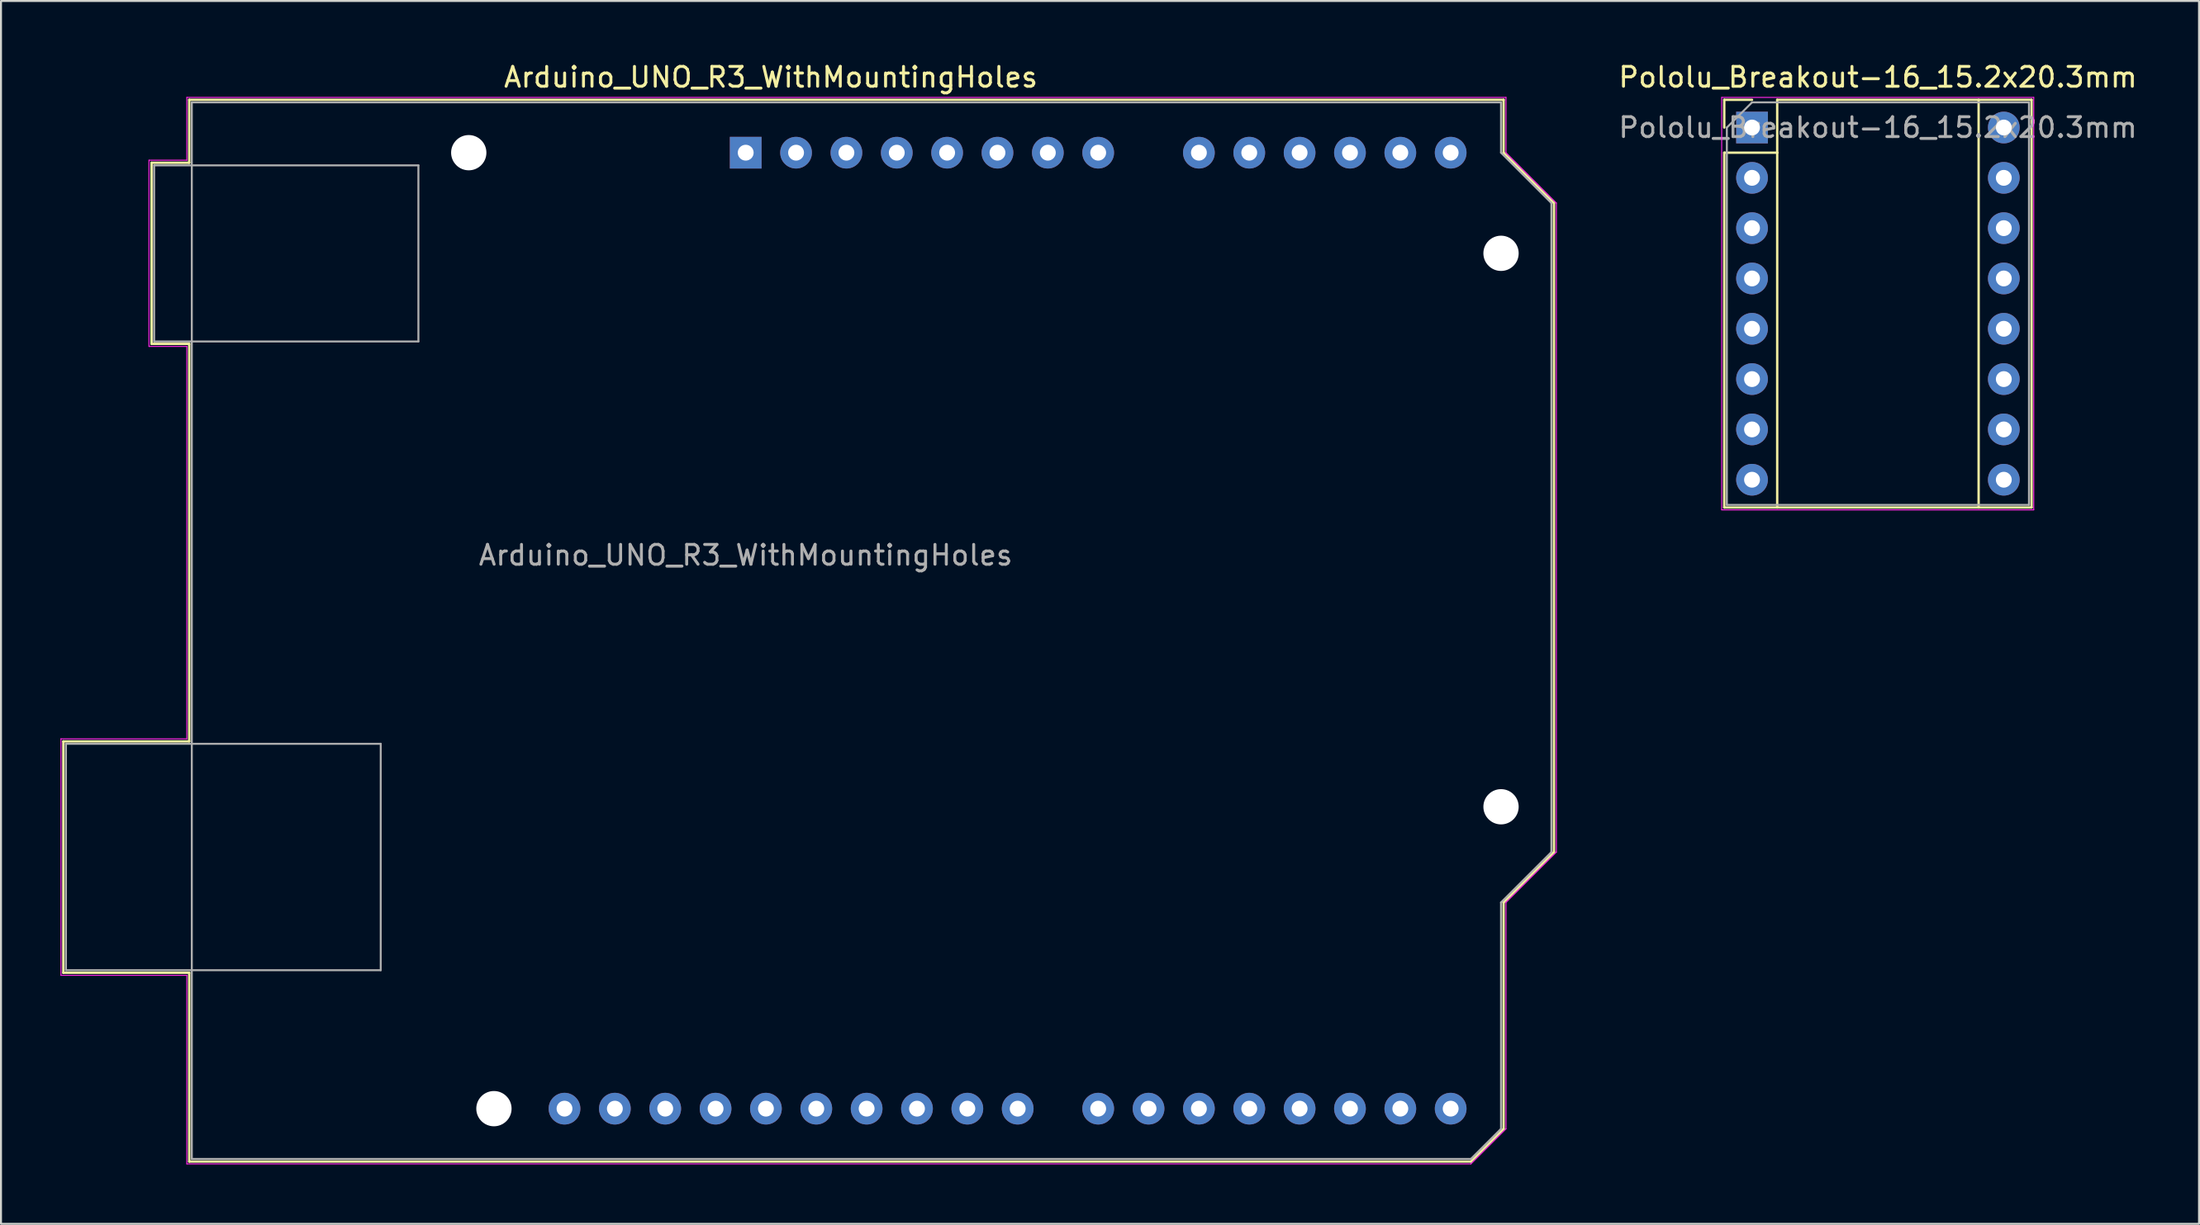
<source format=kicad_pcb>
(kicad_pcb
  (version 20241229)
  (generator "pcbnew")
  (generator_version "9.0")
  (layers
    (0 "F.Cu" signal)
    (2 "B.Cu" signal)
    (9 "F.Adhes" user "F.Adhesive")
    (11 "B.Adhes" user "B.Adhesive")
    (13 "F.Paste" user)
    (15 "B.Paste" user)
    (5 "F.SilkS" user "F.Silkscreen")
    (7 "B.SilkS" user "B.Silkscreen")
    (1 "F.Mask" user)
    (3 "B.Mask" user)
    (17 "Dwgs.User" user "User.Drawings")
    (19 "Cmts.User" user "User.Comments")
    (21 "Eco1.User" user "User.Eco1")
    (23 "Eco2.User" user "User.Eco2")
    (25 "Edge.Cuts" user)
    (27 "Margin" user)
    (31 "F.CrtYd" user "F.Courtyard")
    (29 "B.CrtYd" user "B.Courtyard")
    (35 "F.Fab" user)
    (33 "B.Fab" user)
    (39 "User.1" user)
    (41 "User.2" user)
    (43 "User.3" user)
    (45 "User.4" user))
  (footprint "Pololu_Breakout-16_15.2x20.3mm"
    (layer "F.Cu")
    (at 85.326 3.388)
    (property "Reference" "Pololu_Breakout-16_15.2x20.3mm" (at 6.35 -2.54 0) (layer "F.SilkS") (effects (font (size 1 1) (thickness 0.15))))
    (attr through_hole)
    (fp_line (start -1.4 -1.4) (end -1.4 0) (stroke (width 0.12) (type solid)) (layer "F.SilkS"))
    (fp_line (start -1.4 1.27) (end -1.4 19.18) (stroke (width 0.12) (type solid)) (layer "F.SilkS"))
    (fp_line (start -1.4 19.18) (end 14.1 19.18) (stroke (width 0.12) (type solid)) (layer "F.SilkS"))
    (fp_line (start 0 -1.4) (end -1.4 -1.4) (stroke (width 0.12) (type solid)) (layer "F.SilkS"))
    (fp_line (start 1.27 -1.4) (end 1.27 1.27) (stroke (width 0.12) (type solid)) (layer "F.SilkS"))
    (fp_line (start 1.27 1.27) (end -1.4 1.27) (stroke (width 0.12) (type solid)) (layer "F.SilkS"))
    (fp_line (start 1.27 1.27) (end 1.27 19.18) (stroke (width 0.12) (type solid)) (layer "F.SilkS"))
    (fp_line (start 11.43 -1.4) (end 11.43 19.18) (stroke (width 0.12) (type solid)) (layer "F.SilkS"))
    (fp_line (start 14.1 -1.4) (end 1.27 -1.4) (stroke (width 0.12) (type solid)) (layer "F.SilkS"))
    (fp_line (start 14.1 19.18) (end 14.1 -1.4) (stroke (width 0.12) (type solid)) (layer "F.SilkS"))
    (fp_line (start -1.53 -1.52) (end -1.53 19.3) (stroke (width 0.05) (type solid)) (layer "F.CrtYd"))
    (fp_line (start -1.53 -1.52) (end 14.21 -1.52) (stroke (width 0.05) (type solid)) (layer "F.CrtYd"))
    (fp_line (start 14.21 19.3) (end -1.53 19.3) (stroke (width 0.05) (type solid)) (layer "F.CrtYd"))
    (fp_line (start 14.21 19.3) (end 14.21 -1.52) (stroke (width 0.05) (type solid)) (layer "F.CrtYd"))
    (fp_line (start -1.27 0) (end 0 -1.27) (stroke (width 0.1) (type solid)) (layer "F.Fab"))
    (fp_line (start -1.27 19.05) (end -1.27 0) (stroke (width 0.1) (type solid)) (layer "F.Fab"))
    (fp_line (start 0 -1.27) (end 13.97 -1.27) (stroke (width 0.1) (type solid)) (layer "F.Fab"))
    (fp_line (start 13.97 -1.27) (end 13.97 19.05) (stroke (width 0.1) (type solid)) (layer "F.Fab"))
    (fp_line (start 13.97 19.05) (end -1.27 19.05) (stroke (width 0.1) (type solid)) (layer "F.Fab"))
    (fp_text user "${REFERENCE}" (at 6.35 0 0) (layer "F.Fab") (effects (font (size 1 1) (thickness 0.15))))
    (pad "1" thru_hole rect (at 0 0) (size 1.6 1.6) (drill 0.8) (layers "*.Cu" "*.Mask"))
    (pad "2" thru_hole oval (at 0 2.54) (size 1.6 1.6) (drill 0.8) (layers "*.Cu" "*.Mask"))
    (pad "3" thru_hole oval (at 0 5.08) (size 1.6 1.6) (drill 0.8) (layers "*.Cu" "*.Mask"))
    (pad "4" thru_hole oval (at 0 7.62) (size 1.6 1.6) (drill 0.8) (layers "*.Cu" "*.Mask"))
    (pad "5" thru_hole oval (at 0 10.16) (size 1.6 1.6) (drill 0.8) (layers "*.Cu" "*.Mask"))
    (pad "6" thru_hole oval (at 0 12.7) (size 1.6 1.6) (drill 0.8) (layers "*.Cu" "*.Mask"))
    (pad "7" thru_hole oval (at 0 15.24) (size 1.6 1.6) (drill 0.8) (layers "*.Cu" "*.Mask"))
    (pad "8" thru_hole oval (at 0 17.78) (size 1.6 1.6) (drill 0.8) (layers "*.Cu" "*.Mask"))
    (pad "9" thru_hole oval (at 12.7 17.78) (size 1.6 1.6) (drill 0.8) (layers "*.Cu" "*.Mask"))
    (pad "10" thru_hole oval (at 12.7 15.24) (size 1.6 1.6) (drill 0.8) (layers "*.Cu" "*.Mask"))
    (pad "11" thru_hole oval (at 12.7 12.7) (size 1.6 1.6) (drill 0.8) (layers "*.Cu" "*.Mask"))
    (pad "12" thru_hole oval (at 12.7 10.16) (size 1.6 1.6) (drill 0.8) (layers "*.Cu" "*.Mask"))
    (pad "13" thru_hole oval (at 12.7 7.62) (size 1.6 1.6) (drill 0.8) (layers "*.Cu" "*.Mask"))
    (pad "14" thru_hole oval (at 12.7 5.08) (size 1.6 1.6) (drill 0.8) (layers "*.Cu" "*.Mask"))
    (pad "15" thru_hole oval (at 12.7 2.54) (size 1.6 1.6) (drill 0.8) (layers "*.Cu" "*.Mask"))
    (pad "16" thru_hole oval (at 12.7 0) (size 1.6 1.6) (drill 0.8) (layers "*.Cu" "*.Mask")))
  (footprint "Arduino_UNO_R3_WithMountingHoles"
    (layer "F.Cu")
    (at 34.565 4.658)
    (property "Reference" "Arduino_UNO_R3_WithMountingHoles" (at 1.27 -3.81 180) (layer "F.SilkS") (effects (font (size 1 1) (thickness 0.15))))
    (attr through_hole)
    (fp_line (start -34.42 29.72) (end -34.42 41.4) (stroke (width 0.12) (type solid)) (layer "F.SilkS"))
    (fp_line (start -34.42 41.4) (end -28.07 41.4) (stroke (width 0.12) (type solid)) (layer "F.SilkS"))
    (fp_line (start -29.97 0.51) (end -29.97 9.65) (stroke (width 0.12) (type solid)) (layer "F.SilkS"))
    (fp_line (start -29.97 9.65) (end -28.07 9.65) (stroke (width 0.12) (type solid)) (layer "F.SilkS"))
    (fp_line (start -28.07 -2.67) (end -28.07 0.51) (stroke (width 0.12) (type solid)) (layer "F.SilkS"))
    (fp_line (start -28.07 0.51) (end -29.97 0.51) (stroke (width 0.12) (type solid)) (layer "F.SilkS"))
    (fp_line (start -28.07 9.65) (end -28.07 29.72) (stroke (width 0.12) (type solid)) (layer "F.SilkS"))
    (fp_line (start -28.07 29.72) (end -34.42 29.72) (stroke (width 0.12) (type solid)) (layer "F.SilkS"))
    (fp_line (start -28.07 41.4) (end -28.07 50.93) (stroke (width 0.12) (type solid)) (layer "F.SilkS"))
    (fp_line (start -28.07 50.93) (end 36.58 50.93) (stroke (width 0.12) (type solid)) (layer "F.SilkS"))
    (fp_line (start 36.58 50.93) (end 38.23 49.28) (stroke (width 0.12) (type solid)) (layer "F.SilkS"))
    (fp_line (start 38.23 -2.67) (end -28.07 -2.67) (stroke (width 0.12) (type solid)) (layer "F.SilkS"))
    (fp_line (start 38.23 0) (end 38.23 -2.67) (stroke (width 0.12) (type solid)) (layer "F.SilkS"))
    (fp_line (start 38.23 37.85) (end 40.77 35.31) (stroke (width 0.12) (type solid)) (layer "F.SilkS"))
    (fp_line (start 38.23 49.28) (end 38.23 37.85) (stroke (width 0.12) (type solid)) (layer "F.SilkS"))
    (fp_line (start 40.77 2.54) (end 38.23 0) (stroke (width 0.12) (type solid)) (layer "F.SilkS"))
    (fp_line (start 40.77 35.31) (end 40.77 2.54) (stroke (width 0.12) (type solid)) (layer "F.SilkS"))
    (fp_line (start -34.54 29.59) (end -28.19 29.59) (stroke (width 0.05) (type solid)) (layer "F.CrtYd"))
    (fp_line (start -34.54 41.53) (end -34.54 29.59) (stroke (width 0.05) (type solid)) (layer "F.CrtYd"))
    (fp_line (start -30.1 0.38) (end -28.19 0.38) (stroke (width 0.05) (type solid)) (layer "F.CrtYd"))
    (fp_line (start -30.1 9.78) (end -30.1 0.38) (stroke (width 0.05) (type solid)) (layer "F.CrtYd"))
    (fp_line (start -28.19 -2.79) (end 38.35 -2.79) (stroke (width 0.05) (type solid)) (layer "F.CrtYd"))
    (fp_line (start -28.19 0.38) (end -28.19 -2.79) (stroke (width 0.05) (type solid)) (layer "F.CrtYd"))
    (fp_line (start -28.19 9.78) (end -30.1 9.78) (stroke (width 0.05) (type solid)) (layer "F.CrtYd"))
    (fp_line (start -28.19 29.59) (end -28.19 9.78) (stroke (width 0.05) (type solid)) (layer "F.CrtYd"))
    (fp_line (start -28.19 41.53) (end -34.54 41.53) (stroke (width 0.05) (type solid)) (layer "F.CrtYd"))
    (fp_line (start -28.19 51.05) (end -28.19 41.53) (stroke (width 0.05) (type solid)) (layer "F.CrtYd"))
    (fp_line (start 36.58 51.05) (end -28.19 51.05) (stroke (width 0.05) (type solid)) (layer "F.CrtYd"))
    (fp_line (start 38.35 -2.79) (end 38.35 0) (stroke (width 0.05) (type solid)) (layer "F.CrtYd"))
    (fp_line (start 38.35 0) (end 40.89 2.54) (stroke (width 0.05) (type solid)) (layer "F.CrtYd"))
    (fp_line (start 38.35 37.85) (end 38.35 49.28) (stroke (width 0.05) (type solid)) (layer "F.CrtYd"))
    (fp_line (start 38.35 49.28) (end 36.58 51.05) (stroke (width 0.05) (type solid)) (layer "F.CrtYd"))
    (fp_line (start 40.89 2.54) (end 40.89 35.31) (stroke (width 0.05) (type solid)) (layer "F.CrtYd"))
    (fp_line (start 40.89 35.31) (end 38.35 37.85) (stroke (width 0.05) (type solid)) (layer "F.CrtYd"))
    (fp_line (start -34.29 29.84) (end -18.41 29.84) (stroke (width 0.1) (type solid)) (layer "F.Fab"))
    (fp_line (start -34.29 41.27) (end -34.29 29.84) (stroke (width 0.1) (type solid)) (layer "F.Fab"))
    (fp_line (start -29.84 0.64) (end -16.51 0.64) (stroke (width 0.1) (type solid)) (layer "F.Fab"))
    (fp_line (start -29.84 9.53) (end -29.84 0.64) (stroke (width 0.1) (type solid)) (layer "F.Fab"))
    (fp_line (start -27.94 -2.54) (end 38.1 -2.54) (stroke (width 0.1) (type solid)) (layer "F.Fab"))
    (fp_line (start -27.94 50.8) (end -27.94 -2.54) (stroke (width 0.1) (type solid)) (layer "F.Fab"))
    (fp_line (start -18.41 29.84) (end -18.41 41.27) (stroke (width 0.1) (type solid)) (layer "F.Fab"))
    (fp_line (start -18.41 41.27) (end -34.29 41.27) (stroke (width 0.1) (type solid)) (layer "F.Fab"))
    (fp_line (start -16.51 0.64) (end -16.51 9.53) (stroke (width 0.1) (type solid)) (layer "F.Fab"))
    (fp_line (start -16.51 9.53) (end -29.84 9.53) (stroke (width 0.1) (type solid)) (layer "F.Fab"))
    (fp_line (start 36.58 50.8) (end -27.94 50.8) (stroke (width 0.1) (type solid)) (layer "F.Fab"))
    (fp_line (start 38.1 -2.54) (end 38.1 0) (stroke (width 0.1) (type solid)) (layer "F.Fab"))
    (fp_line (start 38.1 0) (end 40.64 2.54) (stroke (width 0.1) (type solid)) (layer "F.Fab"))
    (fp_line (start 38.1 37.85) (end 38.1 49.28) (stroke (width 0.1) (type solid)) (layer "F.Fab"))
    (fp_line (start 38.1 49.28) (end 36.58 50.8) (stroke (width 0.1) (type solid)) (layer "F.Fab"))
    (fp_line (start 40.64 2.54) (end 40.64 35.31) (stroke (width 0.1) (type solid)) (layer "F.Fab"))
    (fp_line (start 40.64 35.31) (end 38.1 37.85) (stroke (width 0.1) (type solid)) (layer "F.Fab"))
    (fp_text user "${REFERENCE}" (at 0 20.32 180) (layer "F.Fab") (effects (font (size 1 1) (thickness 0.15))))
    (pad "" np_thru_hole circle (at -13.97 0 90) (size 1.78 1.78) (drill 1.78) (layers "*.Cu" "*.Mask"))
    (pad "" np_thru_hole circle (at -12.7 48.26 90) (size 1.78 1.78) (drill 1.78) (layers "*.Cu" "*.Mask"))
    (pad "" np_thru_hole circle (at 38.1 5.08 90) (size 1.78 1.78) (drill 1.78) (layers "*.Cu" "*.Mask"))
    (pad "" np_thru_hole circle (at 38.1 33.02 90) (size 1.78 1.78) (drill 1.78) (layers "*.Cu" "*.Mask"))
    (pad "1" thru_hole rect (at 0 0 90) (size 1.6 1.6) (drill 0.8) (layers "*.Cu" "*.Mask"))
    (pad "2" thru_hole oval (at 2.54 0 90) (size 1.6 1.6) (drill 0.8) (layers "*.Cu" "*.Mask"))
    (pad "3" thru_hole oval (at 5.08 0 90) (size 1.6 1.6) (drill 0.8) (layers "*.Cu" "*.Mask"))
    (pad "4" thru_hole oval (at 7.62 0 90) (size 1.6 1.6) (drill 0.8) (layers "*.Cu" "*.Mask"))
    (pad "5" thru_hole oval (at 10.16 0 90) (size 1.6 1.6) (drill 0.8) (layers "*.Cu" "*.Mask"))
    (pad "6" thru_hole oval (at 12.7 0 90) (size 1.6 1.6) (drill 0.8) (layers "*.Cu" "*.Mask"))
    (pad "7" thru_hole oval (at 15.24 0 90) (size 1.6 1.6) (drill 0.8) (layers "*.Cu" "*.Mask"))
    (pad "8" thru_hole oval (at 17.78 0 90) (size 1.6 1.6) (drill 0.8) (layers "*.Cu" "*.Mask"))
    (pad "9" thru_hole oval (at 22.86 0 90) (size 1.6 1.6) (drill 0.8) (layers "*.Cu" "*.Mask"))
    (pad "10" thru_hole oval (at 25.4 0 90) (size 1.6 1.6) (drill 0.8) (layers "*.Cu" "*.Mask"))
    (pad "11" thru_hole oval (at 27.94 0 90) (size 1.6 1.6) (drill 0.8) (layers "*.Cu" "*.Mask"))
    (pad "12" thru_hole oval (at 30.48 0 90) (size 1.6 1.6) (drill 0.8) (layers "*.Cu" "*.Mask"))
    (pad "13" thru_hole oval (at 33.02 0 90) (size 1.6 1.6) (drill 0.8) (layers "*.Cu" "*.Mask"))
    (pad "14" thru_hole oval (at 35.56 0 90) (size 1.6 1.6) (drill 0.8) (layers "*.Cu" "*.Mask"))
    (pad "15" thru_hole oval (at 35.56 48.26 90) (size 1.6 1.6) (drill 0.8) (layers "*.Cu" "*.Mask"))
    (pad "16" thru_hole oval (at 33.02 48.26 90) (size 1.6 1.6) (drill 0.8) (layers "*.Cu" "*.Mask"))
    (pad "17" thru_hole oval (at 30.48 48.26 90) (size 1.6 1.6) (drill 0.8) (layers "*.Cu" "*.Mask"))
    (pad "18" thru_hole oval (at 27.94 48.26 90) (size 1.6 1.6) (drill 0.8) (layers "*.Cu" "*.Mask"))
    (pad "19" thru_hole oval (at 25.4 48.26 90) (size 1.6 1.6) (drill 0.8) (layers "*.Cu" "*.Mask"))
    (pad "20" thru_hole oval (at 22.86 48.26 90) (size 1.6 1.6) (drill 0.8) (layers "*.Cu" "*.Mask"))
    (pad "21" thru_hole oval (at 20.32 48.26 90) (size 1.6 1.6) (drill 0.8) (layers "*.Cu" "*.Mask"))
    (pad "22" thru_hole oval (at 17.78 48.26 90) (size 1.6 1.6) (drill 0.8) (layers "*.Cu" "*.Mask"))
    (pad "23" thru_hole oval (at 13.72 48.26 90) (size 1.6 1.6) (drill 0.8) (layers "*.Cu" "*.Mask"))
    (pad "24" thru_hole oval (at 11.18 48.26 90) (size 1.6 1.6) (drill 0.8) (layers "*.Cu" "*.Mask"))
    (pad "25" thru_hole oval (at 8.64 48.26 90) (size 1.6 1.6) (drill 0.8) (layers "*.Cu" "*.Mask"))
    (pad "26" thru_hole oval (at 6.1 48.26 90) (size 1.6 1.6) (drill 0.8) (layers "*.Cu" "*.Mask"))
    (pad "27" thru_hole oval (at 3.56 48.26 90) (size 1.6 1.6) (drill 0.8) (layers "*.Cu" "*.Mask"))
    (pad "28" thru_hole oval (at 1.02 48.26 90) (size 1.6 1.6) (drill 0.8) (layers "*.Cu" "*.Mask"))
    (pad "29" thru_hole oval (at -1.52 48.26 90) (size 1.6 1.6) (drill 0.8) (layers "*.Cu" "*.Mask"))
    (pad "30" thru_hole oval (at -4.06 48.26 90) (size 1.6 1.6) (drill 0.8) (layers "*.Cu" "*.Mask"))
    (pad "31" thru_hole oval (at -6.6 48.26 90) (size 1.6 1.6) (drill 0.8) (layers "*.Cu" "*.Mask"))
    (pad "32" thru_hole oval (at -9.14 48.26 90) (size 1.6 1.6) (drill 0.8) (layers "*.Cu" "*.Mask")))
  (gr_rect
    (start -3 -3)
    (end 107.873 58.733)
    (stroke (width 0.1) (type default))
    (fill no)
    (layer "Edge.Cuts")))
</source>
